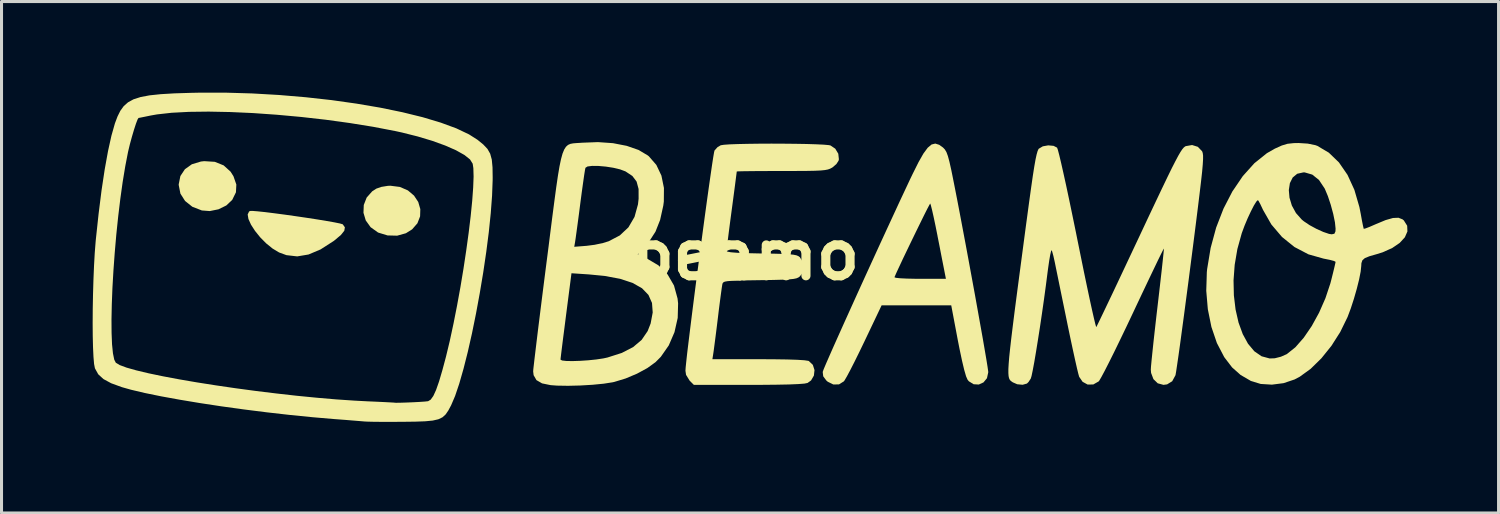
<source format=kicad_pcb>
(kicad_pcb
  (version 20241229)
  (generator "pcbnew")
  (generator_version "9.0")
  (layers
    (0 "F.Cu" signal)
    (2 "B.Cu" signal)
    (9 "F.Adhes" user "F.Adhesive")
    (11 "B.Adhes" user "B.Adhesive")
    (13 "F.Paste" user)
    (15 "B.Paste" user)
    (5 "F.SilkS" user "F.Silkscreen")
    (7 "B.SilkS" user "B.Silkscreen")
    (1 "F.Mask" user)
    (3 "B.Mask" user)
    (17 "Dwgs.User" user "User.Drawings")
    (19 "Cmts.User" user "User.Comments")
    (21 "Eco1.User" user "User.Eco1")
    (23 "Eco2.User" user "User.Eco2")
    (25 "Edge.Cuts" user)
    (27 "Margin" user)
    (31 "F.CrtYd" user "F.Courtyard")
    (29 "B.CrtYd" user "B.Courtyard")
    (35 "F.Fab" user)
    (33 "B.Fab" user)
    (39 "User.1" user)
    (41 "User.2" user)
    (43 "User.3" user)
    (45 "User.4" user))
  (footprint "beamo"
    (layer "F.Cu")
    (at 21.485 5.339)
    (property "Reference" "beamo" (at 0 0 0) (layer "F.SilkS") (effects (font (size 1.524 1.524) (thickness 0.3))))
    (attr board_only exclude_from_pos_files exclude_from_bom)
    (fp_poly (pts (xy -17.464 -3.062) (xy -17.173 -2.945) (xy -16.945 -2.738) (xy -16.85 -2.588) (xy -16.755 -2.314) (xy -16.768 -2.059) (xy -16.89 -1.811) (xy -16.891 -1.809) (xy -17.084 -1.626) (xy -17.343 -1.499) (xy -17.63 -1.441) (xy -17.89 -1.461) (xy -18.204 -1.583) (xy -18.442 -1.772) (xy -18.596 -2.015) (xy -18.652 -2.299) (xy -18.652 -2.322) (xy -18.597 -2.595) (xy -18.448 -2.819) (xy -18.219 -2.982) (xy -17.92 -3.072) (xy -17.812 -3.084)) (stroke (width 0) (type solid)) (fill yes) (layer "F.SilkS"))
    (fp_poly (pts (xy -11.37 -2.235) (xy -11.108 -2.121) (xy -10.906 -1.95) (xy -10.767 -1.74) (xy -10.699 -1.506) (xy -10.706 -1.267) (xy -10.794 -1.039) (xy -10.969 -0.839) (xy -11.173 -0.711) (xy -11.461 -0.631) (xy -11.778 -0.639) (xy -12.082 -0.732) (xy -12.093 -0.737) (xy -12.335 -0.91) (xy -12.495 -1.133) (xy -12.57 -1.384) (xy -12.56 -1.642) (xy -12.465 -1.885) (xy -12.284 -2.09) (xy -12.146 -2.18) (xy -11.98 -2.237) (xy -11.77 -2.271) (xy -11.685 -2.275)) (stroke (width 0) (type solid)) (fill yes) (layer "F.SilkS"))
    (fp_poly (pts (xy -16.05 -1.432) (xy -15.803 -1.406) (xy -15.499 -1.368) (xy -15.158 -1.323) (xy -14.798 -1.272) (xy -14.437 -1.219) (xy -14.093 -1.166) (xy -13.785 -1.115) (xy -13.53 -1.07) (xy -13.347 -1.033) (xy -13.255 -1.006) (xy -13.25 -1.002) (xy -13.182 -0.906) (xy -13.201 -0.794) (xy -13.312 -0.655) (xy -13.519 -0.48) (xy -13.559 -0.45) (xy -13.983 -0.178) (xy -14.379 -0.011) (xy -14.752 0.051) (xy -15.107 0.01) (xy -15.347 -0.078) (xy -15.562 -0.207) (xy -15.773 -0.378) (xy -15.97 -0.577) (xy -16.14 -0.788) (xy -16.273 -0.994) (xy -16.357 -1.18) (xy -16.382 -1.329) (xy -16.336 -1.426) (xy -16.304 -1.444) (xy -16.223 -1.446)) (stroke (width 0) (type solid)) (fill yes) (layer "F.SilkS"))
    (fp_poly (pts (xy 6.38 -3.623) (xy 6.507 -3.533) (xy 6.569 -3.468) (xy 6.621 -3.38) (xy 6.669 -3.25) (xy 6.72 -3.059) (xy 6.781 -2.787) (xy 6.821 -2.589) (xy 6.891 -2.238) (xy 6.972 -1.824) (xy 7.061 -1.36) (xy 7.156 -0.856) (xy 7.256 -0.326) (xy 7.357 0.219) (xy 7.458 0.768) (xy 7.557 1.307) (xy 7.65 1.825) (xy 7.737 2.311) (xy 7.816 2.752) (xy 7.882 3.136) (xy 7.936 3.452) (xy 7.974 3.688) (xy 7.994 3.83) (xy 7.997 3.865) (xy 7.954 4.061) (xy 7.84 4.199) (xy 7.686 4.269) (xy 7.516 4.26) (xy 7.359 4.163) (xy 7.316 4.111) (xy 7.267 4) (xy 7.205 3.786) (xy 7.132 3.479) (xy 7.05 3.09) (xy 6.996 2.816) (xy 6.778 1.661) (xy 4.487 1.661) (xy 3.919 2.854) (xy 3.752 3.2) (xy 3.596 3.516) (xy 3.458 3.787) (xy 3.346 3.997) (xy 3.269 4.129) (xy 3.244 4.164) (xy 3.084 4.264) (xy 2.897 4.268) (xy 2.713 4.177) (xy 2.666 4.136) (xy 2.564 3.998) (xy 2.548 3.861) (xy 2.552 3.84) (xy 2.58 3.763) (xy 2.651 3.595) (xy 2.76 3.345) (xy 2.901 3.025) (xy 3.071 2.645) (xy 3.264 2.215) (xy 3.476 1.746) (xy 3.701 1.248) (xy 3.933 0.738) (xy 4.909 0.738) (xy 4.956 0.756) (xy 5.097 0.771) (xy 5.315 0.782) (xy 5.592 0.788) (xy 5.747 0.788) (xy 6.603 0.788) (xy 6.569 0.617) (xy 6.548 0.508) (xy 6.509 0.31) (xy 6.456 0.042) (xy 6.395 -0.274) (xy 6.327 -0.618) (xy 6.327 -0.622) (xy 6.261 -0.952) (xy 6.2 -1.241) (xy 6.148 -1.471) (xy 6.109 -1.626) (xy 6.087 -1.689) (xy 6.086 -1.69) (xy 6.057 -1.641) (xy 5.987 -1.509) (xy 5.886 -1.308) (xy 5.762 -1.056) (xy 5.622 -0.77) (xy 5.475 -0.467) (xy 5.329 -0.165) (xy 5.192 0.121) (xy 5.074 0.373) (xy 4.98 0.575) (xy 4.921 0.708) (xy 4.909 0.738) (xy 3.933 0.738) (xy 3.936 0.732) (xy 4.175 0.209) (xy 4.413 -0.311) (xy 4.646 -0.817) (xy 4.869 -1.299) (xy 5.076 -1.747) (xy 5.265 -2.15) (xy 5.428 -2.497) (xy 5.509 -2.665) (xy 5.7 -3.048) (xy 5.861 -3.332) (xy 6.002 -3.524) (xy 6.13 -3.632) (xy 6.253 -3.663)) (stroke (width 0) (type solid)) (fill yes) (layer "F.SilkS"))
    (fp_poly (pts (xy 1.262 -3.659) (xy 1.654 -3.655) (xy 2.015 -3.649) (xy 2.33 -3.639) (xy 2.58 -3.627) (xy 2.747 -3.612) (xy 2.802 -3.601) (xy 2.96 -3.495) (xy 3.06 -3.329) (xy 3.08 -3.145) (xy 3.069 -3.098) (xy 2.997 -2.988) (xy 2.87 -2.879) (xy 2.853 -2.869) (xy 2.791 -2.836) (xy 2.718 -2.81) (xy 2.62 -2.791) (xy 2.481 -2.777) (xy 2.288 -2.768) (xy 2.027 -2.763) (xy 1.683 -2.761) (xy 1.241 -2.76) (xy 1.197 -2.76) (xy 0.802 -2.759) (xy 0.447 -2.758) (xy 0.146 -2.755) (xy -0.085 -2.752) (xy -0.233 -2.748) (xy -0.282 -2.744) (xy -0.289 -2.686) (xy -0.309 -2.532) (xy -0.339 -2.299) (xy -0.378 -2.002) (xy -0.424 -1.657) (xy -0.45 -1.462) (xy -0.499 -1.095) (xy -0.542 -0.764) (xy -0.577 -0.485) (xy -0.603 -0.276) (xy -0.617 -0.154) (xy -0.619 -0.13) (xy -0.586 -0.105) (xy -0.479 -0.085) (xy -0.29 -0.069) (xy -0.009 -0.057) (xy 0.371 -0.048) (xy 0.529 -0.045) (xy 0.922 -0.039) (xy 1.217 -0.031) (xy 1.432 -0.02) (xy 1.581 -0.005) (xy 1.681 0.015) (xy 1.748 0.043) (xy 1.796 0.079) (xy 1.892 0.234) (xy 1.916 0.428) (xy 1.868 0.614) (xy 1.796 0.709) (xy 1.748 0.745) (xy 1.682 0.773) (xy 1.584 0.793) (xy 1.437 0.808) (xy 1.226 0.818) (xy 0.937 0.826) (xy 0.553 0.833) (xy 0.473 0.834) (xy 0.076 0.84) (xy -0.223 0.846) (xy -0.438 0.854) (xy -0.584 0.866) (xy -0.675 0.882) (xy -0.724 0.906) (xy -0.748 0.937) (xy -0.758 0.975) (xy -0.773 1.07) (xy -0.799 1.256) (xy -0.833 1.511) (xy -0.872 1.814) (xy -0.901 2.056) (xy -0.942 2.389) (xy -0.981 2.697) (xy -1.015 2.958) (xy -1.04 3.148) (xy -1.051 3.224) (xy -1.084 3.435) (xy 0.447 3.435) (xy 0.955 3.438) (xy 1.378 3.444) (xy 1.71 3.455) (xy 1.943 3.47) (xy 2.072 3.489) (xy 2.09 3.495) (xy 2.222 3.621) (xy 2.277 3.793) (xy 2.257 3.975) (xy 2.164 4.134) (xy 2.049 4.217) (xy 1.948 4.238) (xy 1.743 4.254) (xy 1.432 4.267) (xy 1.014 4.275) (xy 0.487 4.28) (xy 0.107 4.28) (xy -1.695 4.28) (xy -1.833 4.142) (xy -1.951 3.951) (xy -1.971 3.816) (xy -1.964 3.707) (xy -1.943 3.502) (xy -1.911 3.212) (xy -1.867 2.85) (xy -1.815 2.426) (xy -1.756 1.953) (xy -1.691 1.441) (xy -1.622 0.903) (xy -1.549 0.351) (xy -1.476 -0.205) (xy -1.403 -0.753) (xy -1.332 -1.28) (xy -1.264 -1.776) (xy -1.201 -2.228) (xy -1.144 -2.626) (xy -1.096 -2.957) (xy -1.057 -3.21) (xy -1.029 -3.374) (xy -1.014 -3.435) (xy -0.913 -3.547) (xy -0.81 -3.607) (xy -0.709 -3.623) (xy -0.514 -3.637) (xy -0.242 -3.647) (xy 0.089 -3.654) (xy 0.462 -3.659) (xy 0.859 -3.661)) (stroke (width 0) (type solid)) (fill yes) (layer "F.SilkS"))
    (fp_poly (pts (xy -4.356 -3.676) (xy -3.904 -3.588) (xy -3.516 -3.453) (xy -3.212 -3.273) (xy -3.174 -3.242) (xy -2.929 -2.96) (xy -2.762 -2.608) (xy -2.679 -2.201) (xy -2.683 -1.753) (xy -2.701 -1.618) (xy -2.805 -1.149) (xy -2.958 -0.762) (xy -3.171 -0.432) (xy -3.268 -0.319) (xy -3.543 -0.018) (xy -3.254 0.113) (xy -2.862 0.345) (xy -2.559 0.645) (xy -2.348 1.01) (xy -2.231 1.436) (xy -2.213 1.599) (xy -2.226 2.077) (xy -2.332 2.546) (xy -2.52 2.981) (xy -2.782 3.357) (xy -2.957 3.533) (xy -3.225 3.727) (xy -3.566 3.912) (xy -3.941 4.07) (xy -4.31 4.182) (xy -4.366 4.195) (xy -4.66 4.241) (xy -5.028 4.277) (xy -5.432 4.301) (xy -5.834 4.311) (xy -6.197 4.305) (xy -6.411 4.289) (xy -6.692 4.231) (xy -6.876 4.124) (xy -6.969 3.962) (xy -6.984 3.838) (xy -6.978 3.757) (xy -6.957 3.574) (xy -6.943 3.45) (xy -6.084 3.45) (xy -6.031 3.478) (xy -5.889 3.494) (xy -5.683 3.497) (xy -5.435 3.489) (xy -5.168 3.471) (xy -4.906 3.444) (xy -4.673 3.409) (xy -4.539 3.38) (xy -4.067 3.229) (xy -3.694 3.037) (xy -3.413 2.799) (xy -3.215 2.509) (xy -3.117 2.259) (xy -3.049 1.898) (xy -3.072 1.585) (xy -3.189 1.32) (xy -3.401 1.1) (xy -3.712 0.924) (xy -4.122 0.789) (xy -4.635 0.694) (xy -5.151 0.644) (xy -5.723 0.606) (xy -5.904 2.006) (xy -5.953 2.392) (xy -5.998 2.74) (xy -6.035 3.035) (xy -6.063 3.262) (xy -6.08 3.406) (xy -6.084 3.45) (xy -6.943 3.45) (xy -6.925 3.3) (xy -6.882 2.943) (xy -6.83 2.515) (xy -6.769 2.024) (xy -6.701 1.481) (xy -6.627 0.896) (xy -6.548 0.278) (xy -6.53 0.141) (xy -6.478 -0.265) (xy -5.632 -0.265) (xy -5.224 -0.297) (xy -4.96 -0.331) (xy -4.688 -0.389) (xy -4.499 -0.447) (xy -4.132 -0.639) (xy -3.848 -0.906) (xy -3.648 -1.248) (xy -3.534 -1.661) (xy -3.513 -1.846) (xy -3.514 -2.168) (xy -3.579 -2.411) (xy -3.718 -2.596) (xy -3.941 -2.744) (xy -3.951 -2.749) (xy -4.125 -2.814) (xy -4.348 -2.867) (xy -4.593 -2.905) (xy -4.833 -2.926) (xy -5.043 -2.928) (xy -5.195 -2.909) (xy -5.263 -2.866) (xy -5.279 -2.788) (xy -5.306 -2.617) (xy -5.341 -2.371) (xy -5.383 -2.068) (xy -5.428 -1.728) (xy -5.433 -1.69) (xy -5.478 -1.34) (xy -5.521 -1.018) (xy -5.558 -0.746) (xy -5.586 -0.544) (xy -5.603 -0.432) (xy -5.603 -0.428) (xy -5.632 -0.265) (xy -6.478 -0.265) (xy -6.436 -0.601) (xy -6.355 -1.239) (xy -6.284 -1.782) (xy -6.223 -2.236) (xy -6.168 -2.611) (xy -6.117 -2.913) (xy -6.067 -3.151) (xy -6.017 -3.333) (xy -5.963 -3.466) (xy -5.904 -3.558) (xy -5.837 -3.618) (xy -5.759 -3.653) (xy -5.669 -3.67) (xy -5.564 -3.679) (xy -5.441 -3.686) (xy -5.372 -3.691) (xy -4.851 -3.711)) (stroke (width 0) (type solid)) (fill yes) (layer "F.SilkS"))
    (fp_poly (pts (xy 18.512 -3.662) (xy 18.76 -3.612) (xy 18.83 -3.587) (xy 19.208 -3.363) (xy 19.541 -3.042) (xy 19.823 -2.632) (xy 20.049 -2.14) (xy 20.214 -1.574) (xy 20.258 -1.352) (xy 20.297 -1.134) (xy 20.331 -0.964) (xy 20.354 -0.867) (xy 20.359 -0.856) (xy 20.414 -0.869) (xy 20.545 -0.919) (xy 20.725 -0.997) (xy 20.757 -1.011) (xy 21.077 -1.144) (xy 21.319 -1.213) (xy 21.5 -1.221) (xy 21.633 -1.169) (xy 21.677 -1.133) (xy 21.787 -0.958) (xy 21.795 -0.77) (xy 21.711 -0.578) (xy 21.541 -0.393) (xy 21.295 -0.225) (xy 20.981 -0.084) (xy 20.782 -0.022) (xy 20.542 0.047) (xy 20.392 0.109) (xy 20.312 0.18) (xy 20.28 0.275) (xy 20.275 0.366) (xy 20.256 0.55) (xy 20.205 0.81) (xy 20.128 1.118) (xy 20.034 1.446) (xy 19.931 1.763) (xy 19.826 2.043) (xy 19.821 2.054) (xy 19.584 2.539) (xy 19.293 2.996) (xy 18.963 3.406) (xy 18.611 3.751) (xy 18.253 4.011) (xy 18.081 4.102) (xy 17.717 4.224) (xy 17.334 4.273) (xy 16.965 4.25) (xy 16.646 4.153) (xy 16.642 4.151) (xy 16.302 3.953) (xy 16.023 3.705) (xy 15.772 3.377) (xy 15.759 3.356) (xy 15.523 2.903) (xy 15.343 2.374) (xy 15.225 1.792) (xy 15.173 1.182) (xy 15.184 0.84) (xy 16.071 0.84) (xy 16.082 1.334) (xy 16.138 1.801) (xy 16.236 2.23) (xy 16.374 2.608) (xy 16.548 2.927) (xy 16.755 3.174) (xy 16.994 3.339) (xy 17.26 3.411) (xy 17.428 3.405) (xy 17.63 3.354) (xy 17.82 3.27) (xy 17.833 3.261) (xy 18.107 3.042) (xy 18.381 2.73) (xy 18.645 2.344) (xy 18.887 1.904) (xy 19.096 1.428) (xy 19.26 0.935) (xy 19.289 0.823) (xy 19.348 0.587) (xy 19.395 0.392) (xy 19.424 0.265) (xy 19.43 0.23) (xy 19.379 0.202) (xy 19.245 0.166) (xy 19.055 0.128) (xy 19.034 0.124) (xy 18.536 -0.017) (xy 18.076 -0.258) (xy 17.666 -0.589) (xy 17.316 -1) (xy 17.041 -1.481) (xy 17.029 -1.507) (xy 16.954 -1.666) (xy 16.896 -1.773) (xy 16.872 -1.802) (xy 16.821 -1.753) (xy 16.74 -1.622) (xy 16.642 -1.431) (xy 16.535 -1.202) (xy 16.433 -0.959) (xy 16.346 -0.724) (xy 16.339 -0.703) (xy 16.197 -0.19) (xy 16.109 0.328) (xy 16.071 0.84) (xy 15.184 0.84) (xy 15.192 0.568) (xy 15.202 0.469) (xy 15.318 -0.23) (xy 15.499 -0.898) (xy 15.741 -1.522) (xy 16.035 -2.091) (xy 16.064 -2.132) (xy 17.891 -2.132) (xy 17.913 -1.881) (xy 17.991 -1.622) (xy 18.126 -1.376) (xy 18.318 -1.16) (xy 18.385 -1.105) (xy 18.576 -0.977) (xy 18.801 -0.855) (xy 19.025 -0.754) (xy 19.214 -0.69) (xy 19.303 -0.676) (xy 19.391 -0.695) (xy 19.426 -0.772) (xy 19.43 -0.864) (xy 19.409 -1.072) (xy 19.353 -1.346) (xy 19.272 -1.645) (xy 19.177 -1.932) (xy 19.078 -2.169) (xy 19.069 -2.186) (xy 18.884 -2.464) (xy 18.664 -2.641) (xy 18.416 -2.713) (xy 18.374 -2.715) (xy 18.167 -2.669) (xy 18.018 -2.545) (xy 17.926 -2.36) (xy 17.891 -2.132) (xy 16.064 -2.132) (xy 16.376 -2.592) (xy 16.756 -3.015) (xy 17.169 -3.346) (xy 17.429 -3.495) (xy 17.659 -3.599) (xy 17.849 -3.656) (xy 18.054 -3.678) (xy 18.211 -3.681)) (stroke (width 0) (type solid)) (fill yes) (layer "F.SilkS"))
    (fp_poly (pts (xy 14.896 -3.556) (xy 15.034 -3.412) (xy 15.038 -3.406) (xy 15.057 -3.352) (xy 15.068 -3.271) (xy 15.068 -3.149) (xy 15.058 -2.975) (xy 15.037 -2.737) (xy 15.002 -2.422) (xy 14.954 -2.018) (xy 14.902 -1.593) (xy 14.825 -0.978) (xy 14.746 -0.356) (xy 14.666 0.263) (xy 14.588 0.868) (xy 14.511 1.45) (xy 14.439 1.996) (xy 14.371 2.498) (xy 14.311 2.943) (xy 14.258 3.322) (xy 14.214 3.623) (xy 14.182 3.837) (xy 14.162 3.953) (xy 14.158 3.966) (xy 14.052 4.161) (xy 13.884 4.264) (xy 13.765 4.28) (xy 13.576 4.229) (xy 13.434 4.091) (xy 13.357 3.887) (xy 13.348 3.78) (xy 13.354 3.676) (xy 13.373 3.475) (xy 13.402 3.192) (xy 13.439 2.842) (xy 13.484 2.439) (xy 13.534 1.998) (xy 13.57 1.691) (xy 13.622 1.244) (xy 13.669 0.834) (xy 13.71 0.474) (xy 13.742 0.177) (xy 13.765 -0.044) (xy 13.777 -0.176) (xy 13.778 -0.208) (xy 13.752 -0.162) (xy 13.683 -0.024) (xy 13.576 0.194) (xy 13.437 0.484) (xy 13.27 0.833) (xy 13.08 1.233) (xy 12.873 1.671) (xy 12.759 1.914) (xy 12.54 2.376) (xy 12.332 2.808) (xy 12.141 3.201) (xy 11.971 3.542) (xy 11.829 3.82) (xy 11.72 4.024) (xy 11.65 4.143) (xy 11.632 4.166) (xy 11.455 4.267) (xy 11.268 4.27) (xy 11.102 4.179) (xy 10.99 4.015) (xy 10.963 3.921) (xy 10.917 3.732) (xy 10.856 3.463) (xy 10.783 3.129) (xy 10.701 2.746) (xy 10.614 2.329) (xy 10.587 2.196) (xy 10.498 1.762) (xy 10.413 1.349) (xy 10.336 0.974) (xy 10.271 0.654) (xy 10.22 0.407) (xy 10.188 0.248) (xy 10.183 0.225) (xy 10.142 0.041) (xy 10.103 -0.102) (xy 10.084 -0.154) (xy 10.066 -0.127) (xy 10.037 -0.005) (xy 10.003 0.193) (xy 9.966 0.45) (xy 9.949 0.578) (xy 9.893 1.013) (xy 9.831 1.469) (xy 9.765 1.93) (xy 9.698 2.382) (xy 9.631 2.809) (xy 9.568 3.199) (xy 9.511 3.535) (xy 9.461 3.802) (xy 9.422 3.988) (xy 9.396 4.074) (xy 9.322 4.186) (xy 9.27 4.237) (xy 9.128 4.277) (xy 8.95 4.26) (xy 8.805 4.197) (xy 8.766 4.17) (xy 8.731 4.143) (xy 8.703 4.108) (xy 8.681 4.06) (xy 8.666 3.99) (xy 8.659 3.893) (xy 8.659 3.76) (xy 8.669 3.587) (xy 8.687 3.364) (xy 8.716 3.087) (xy 8.755 2.746) (xy 8.805 2.337) (xy 8.866 1.852) (xy 8.94 1.284) (xy 9.027 0.625) (xy 9.127 -0.129) (xy 9.241 -0.988) (xy 9.262 -1.142) (xy 9.341 -1.728) (xy 9.408 -2.211) (xy 9.464 -2.601) (xy 9.512 -2.907) (xy 9.553 -3.139) (xy 9.589 -3.305) (xy 9.621 -3.416) (xy 9.65 -3.48) (xy 9.66 -3.493) (xy 9.792 -3.572) (xy 9.971 -3.604) (xy 10.147 -3.588) (xy 10.262 -3.529) (xy 10.287 -3.46) (xy 10.332 -3.291) (xy 10.394 -3.031) (xy 10.471 -2.691) (xy 10.561 -2.282) (xy 10.661 -1.812) (xy 10.769 -1.292) (xy 10.884 -0.733) (xy 10.927 -0.518) (xy 11.04 0.038) (xy 11.146 0.559) (xy 11.245 1.033) (xy 11.334 1.452) (xy 11.411 1.805) (xy 11.474 2.082) (xy 11.52 2.273) (xy 11.547 2.368) (xy 11.553 2.377) (xy 11.583 2.32) (xy 11.656 2.17) (xy 11.768 1.937) (xy 11.915 1.629) (xy 12.093 1.256) (xy 12.296 0.826) (xy 12.52 0.35) (xy 12.762 -0.164) (xy 12.961 -0.586) (xy 13.254 -1.211) (xy 13.505 -1.742) (xy 13.716 -2.186) (xy 13.892 -2.552) (xy 14.036 -2.847) (xy 14.154 -3.078) (xy 14.248 -3.255) (xy 14.323 -3.384) (xy 14.383 -3.474) (xy 14.431 -3.531) (xy 14.473 -3.565) (xy 14.498 -3.578) (xy 14.707 -3.615)) (stroke (width 0) (type solid)) (fill yes) (layer "F.SilkS"))
    (fp_poly (pts (xy -16.231 -5.313) (xy -15.345 -5.262) (xy -14.47 -5.188) (xy -13.616 -5.093) (xy -12.794 -4.977) (xy -12.013 -4.844) (xy -11.285 -4.694) (xy -10.618 -4.53) (xy -10.025 -4.352) (xy -9.514 -4.164) (xy -9.097 -3.966) (xy -8.817 -3.788) (xy -8.626 -3.632) (xy -8.489 -3.487) (xy -8.399 -3.329) (xy -8.346 -3.135) (xy -8.322 -2.88) (xy -8.317 -2.543) (xy -8.318 -2.451) (xy -8.337 -1.944) (xy -8.38 -1.373) (xy -8.444 -0.752) (xy -8.528 -0.096) (xy -8.628 0.58) (xy -8.742 1.262) (xy -8.866 1.935) (xy -8.998 2.584) (xy -9.136 3.194) (xy -9.277 3.751) (xy -9.417 4.24) (xy -9.554 4.646) (xy -9.686 4.955) (xy -9.688 4.958) (xy -9.778 5.126) (xy -9.866 5.254) (xy -9.97 5.348) (xy -10.105 5.413) (xy -10.289 5.455) (xy -10.536 5.479) (xy -10.865 5.491) (xy -11.264 5.496) (xy -11.612 5.498) (xy -11.937 5.498) (xy -12.215 5.496) (xy -12.424 5.491) (xy -12.531 5.486) (xy -12.671 5.474) (xy -12.894 5.456) (xy -13.173 5.433) (xy -13.479 5.41) (xy -13.545 5.405) (xy -14.257 5.344) (xy -14.997 5.27) (xy -15.752 5.184) (xy -16.506 5.089) (xy -17.245 4.987) (xy -17.956 4.879) (xy -18.623 4.768) (xy -19.233 4.657) (xy -19.771 4.547) (xy -20.223 4.44) (xy -20.524 4.355) (xy -20.875 4.227) (xy -21.13 4.089) (xy -21.302 3.931) (xy -21.407 3.741) (xy -21.411 3.732) (xy -21.438 3.593) (xy -21.458 3.358) (xy -21.473 3.043) (xy -21.482 2.664) (xy -21.485 2.236) (xy -21.484 2.127) (xy -20.865 2.127) (xy -20.862 2.569) (xy -20.847 2.944) (xy -20.817 3.242) (xy -20.774 3.451) (xy -20.722 3.552) (xy -20.596 3.628) (xy -20.367 3.713) (xy -20.047 3.803) (xy -19.646 3.899) (xy -19.175 3.997) (xy -18.643 4.097) (xy -18.061 4.197) (xy -17.439 4.295) (xy -16.789 4.39) (xy -16.119 4.48) (xy -15.441 4.563) (xy -14.765 4.639) (xy -14.102 4.704) (xy -13.461 4.759) (xy -12.853 4.8) (xy -12.434 4.822) (xy -12.136 4.835) (xy -11.882 4.847) (xy -11.691 4.857) (xy -11.582 4.863) (xy -11.564 4.865) (xy -11.502 4.87) (xy -11.357 4.868) (xy -11.16 4.862) (xy -10.941 4.853) (xy -10.73 4.842) (xy -10.556 4.83) (xy -10.45 4.819) (xy -10.44 4.817) (xy -10.357 4.766) (xy -10.271 4.646) (xy -10.181 4.45) (xy -10.082 4.168) (xy -9.971 3.791) (xy -9.854 3.353) (xy -9.729 2.833) (xy -9.608 2.271) (xy -9.491 1.679) (xy -9.38 1.07) (xy -9.278 0.456) (xy -9.187 -0.147) (xy -9.107 -0.729) (xy -9.041 -1.276) (xy -8.991 -1.775) (xy -8.959 -2.213) (xy -8.945 -2.577) (xy -8.953 -2.854) (xy -8.975 -3) (xy -9.062 -3.139) (xy -9.25 -3.289) (xy -9.527 -3.444) (xy -9.883 -3.6) (xy -10.306 -3.753) (xy -10.786 -3.897) (xy -11.311 -4.029) (xy -11.523 -4.075) (xy -12.252 -4.215) (xy -13.021 -4.339) (xy -13.815 -4.448) (xy -14.62 -4.539) (xy -15.422 -4.612) (xy -16.206 -4.667) (xy -16.958 -4.701) (xy -17.665 -4.715) (xy -18.311 -4.707) (xy -18.883 -4.677) (xy -19.366 -4.623) (xy -19.571 -4.587) (xy -19.765 -4.547) (xy -19.909 -4.518) (xy -19.974 -4.506) (xy -19.975 -4.506) (xy -20.007 -4.455) (xy -20.059 -4.319) (xy -20.123 -4.122) (xy -20.192 -3.889) (xy -20.259 -3.643) (xy -20.315 -3.41) (xy -20.322 -3.379) (xy -20.412 -2.914) (xy -20.497 -2.399) (xy -20.574 -1.846) (xy -20.644 -1.266) (xy -20.706 -0.67) (xy -20.758 -0.072) (xy -20.801 0.519) (xy -20.834 1.09) (xy -20.855 1.63) (xy -20.865 2.127) (xy -21.484 2.127) (xy -21.482 1.776) (xy -21.473 1.3) (xy -21.459 0.824) (xy -21.44 0.364) (xy -21.416 -0.064) (xy -21.386 -0.444) (xy -21.38 -0.507) (xy -21.289 -1.353) (xy -21.192 -2.125) (xy -21.088 -2.814) (xy -20.979 -3.416) (xy -20.867 -3.922) (xy -20.752 -4.328) (xy -20.666 -4.556) (xy -20.573 -4.743) (xy -20.462 -4.896) (xy -20.322 -5.02) (xy -20.142 -5.119) (xy -19.909 -5.194) (xy -19.614 -5.25) (xy -19.244 -5.289) (xy -18.788 -5.316) (xy -18.236 -5.333) (xy -17.994 -5.338) (xy -17.117 -5.339)) (stroke (width 0) (type solid)) (fill yes) (layer "F.SilkS")))
  (gr_rect
    (start -3 -3)
    (end 46.28 13.837)
    (stroke (width 0.1) (type default))
    (fill no)
    (layer "Edge.Cuts")))
</source>
